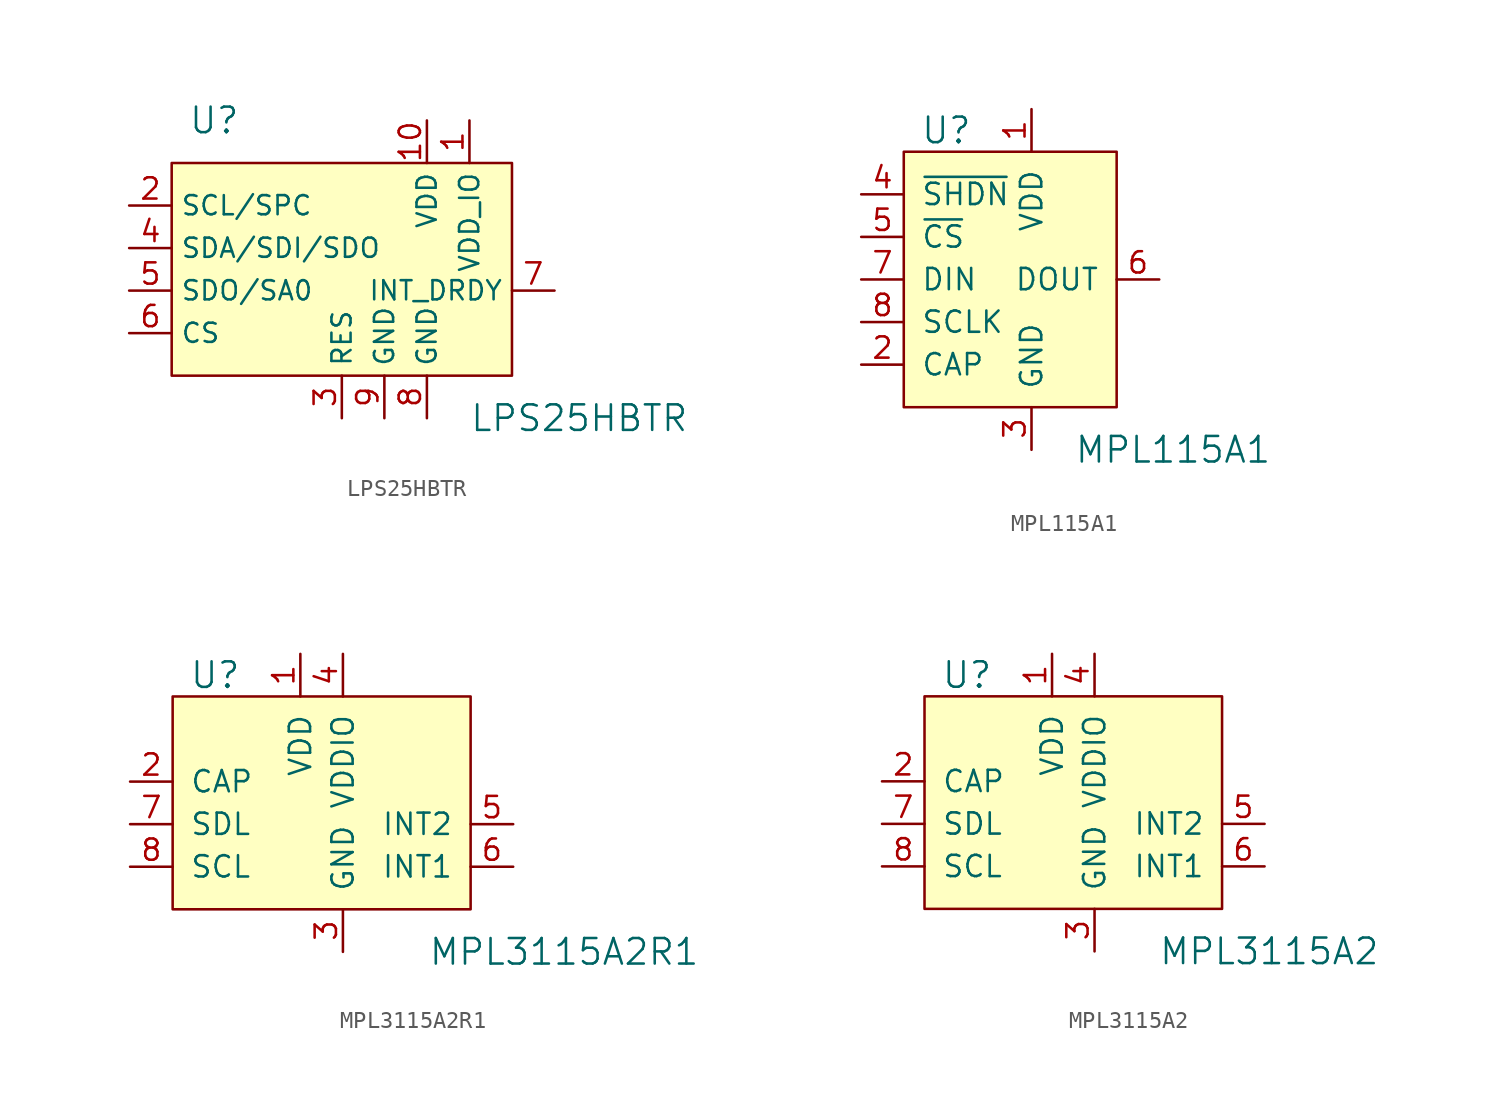
<source format=kicad_sym>
(kicad_symbol_lib
  (version 20220914)
  (generator kicad_symbol_editor)
  (symbol "LPS25HBTR"
    (property "Reference" "U"
      (at -7.62 7.62 0)
      (effects (font (size 1.524 1.524))))
    (property "Value" "LPS25HBTR"
      (at 7.62 -10.16 0)
      (effects (font (size 1.524 1.524)) (justify left)))
    (symbol "LPS25HBTR_0_1"
      (rectangle (start -10.16 5.08) (end 10.16 -7.62) (stroke (width 0) (type solid)) (fill (type background))))
    (symbol "LPS25HBTR_1_1"
      (pin power_in line (at 7.62 7.62 270) (length 2.54) (name "VDD_IO" (effects (font (size 1.143 1.143)))) (number "1" (effects (font (size 1.27 1.27)))))
      (pin power_in line (at 5.08 7.62 270) (length 2.54) (name "VDD" (effects (font (size 1.143 1.143)))) (number "10" (effects (font (size 1.27 1.27)))))
      (pin input line (at -12.7 2.54 0) (length 2.54) (name "SCL/SPC" (effects (font (size 1.143 1.143)))) (number "2" (effects (font (size 1.27 1.27)))))
      (pin passive line (at 0 -10.16 90) (length 2.54) (name "RES" (effects (font (size 1.143 1.143)))) (number "3" (effects (font (size 1.27 1.27)))))
      (pin bidirectional line (at -12.7 0 0) (length 2.54) (name "SDA/SDI/SDO" (effects (font (size 1.143 1.143)))) (number "4" (effects (font (size 1.27 1.27)))))
      (pin bidirectional line (at -12.7 -2.54 0) (length 2.54) (name "SDO/SA0" (effects (font (size 1.143 1.143)))) (number "5" (effects (font (size 1.27 1.27)))))
      (pin input line (at -12.7 -5.08 0) (length 2.54) (name "CS" (effects (font (size 1.143 1.143)))) (number "6" (effects (font (size 1.27 1.27)))))
      (pin output line (at 12.7 -2.54 180) (length 2.54) (name "INT_DRDY" (effects (font (size 1.143 1.143)))) (number "7" (effects (font (size 1.27 1.27)))))
      (pin power_in line (at 5.08 -10.16 90) (length 2.54) (name "GND" (effects (font (size 1.143 1.143)))) (number "8" (effects (font (size 1.27 1.27)))))
      (pin power_in line (at 2.54 -10.16 90) (length 2.54) (name "GND" (effects (font (size 1.143 1.143)))) (number "9" (effects (font (size 1.27 1.27)))))))
  (symbol "MPL115A1"
    (pin_names
      (offset 1.016))
    (property "Reference" "U"
      (at -5.08 8.89 0)
      (effects (font (size 1.524 1.524))))
    (property "Value" "MPL115A1"
      (at 2.54 -10.16 0)
      (effects (font (size 1.524 1.524)) (justify left)))
    (symbol "MPL115A1_0_1"
      (rectangle (start -7.62 7.62) (end 5.08 -7.62) (stroke (width 0) (type solid)) (fill (type background))))
    (symbol "MPL115A1_1_1"
      (pin power_in line (at 0 10.16 270) (length 2.54) (name "VDD" (effects (font (size 1.27 1.27)))) (number "1" (effects (font (size 1.27 1.27)))))
      (pin passive line (at -10.16 -5.08 0) (length 2.54) (name "CAP" (effects (font (size 1.27 1.27)))) (number "2" (effects (font (size 1.27 1.27)))))
      (pin power_in line (at 0 -10.16 90) (length 2.54) (name "GND" (effects (font (size 1.27 1.27)))) (number "3" (effects (font (size 1.27 1.27)))))
      (pin input line (at -10.16 5.08 0) (length 2.54) (name "~{SHDN}" (effects (font (size 1.27 1.27)))) (number "4" (effects (font (size 1.27 1.27)))))
      (pin input line (at -10.16 2.54 0) (length 2.54) (name "~{CS}" (effects (font (size 1.27 1.27)))) (number "5" (effects (font (size 1.27 1.27)))))
      (pin output line (at 7.62 0 180) (length 2.54) (name "DOUT" (effects (font (size 1.27 1.27)))) (number "6" (effects (font (size 1.27 1.27)))))
      (pin input line (at -10.16 0 0) (length 2.54) (name "DIN" (effects (font (size 1.27 1.27)))) (number "7" (effects (font (size 1.27 1.27)))))
      (pin input line (at -10.16 -2.54 0) (length 2.54) (name "SCLK" (effects (font (size 1.27 1.27)))) (number "8" (effects (font (size 1.27 1.27)))))))
  (symbol "MPL3115A2R1"
    (pin_names
      (offset 1.016))
    (property "Reference" "U"
      (at -5.08 8.89 0)
      (effects (font (size 1.524 1.524))))
    (property "Value" "MPL3115A2R1"
      (at 7.62 -7.62 0)
      (effects (font (size 1.524 1.524)) (justify left)))
    (symbol "MPL3115A2R1_0_1"
      (rectangle (start -7.62 7.62) (end 10.16 -5.08) (stroke (width 0) (type solid)) (fill (type background))))
    (symbol "MPL3115A2R1_1_1"
      (pin power_in line (at 0 10.16 270) (length 2.54) (name "VDD" (effects (font (size 1.27 1.27)))) (number "1" (effects (font (size 1.27 1.27)))))
      (pin passive line (at -10.16 2.54 0) (length 2.54) (name "CAP" (effects (font (size 1.27 1.27)))) (number "2" (effects (font (size 1.27 1.27)))))
      (pin power_in line (at 2.54 -7.62 90) (length 2.54) (name "GND" (effects (font (size 1.27 1.27)))) (number "3" (effects (font (size 1.27 1.27)))))
      (pin power_in line (at 2.54 10.16 270) (length 2.54) (name "VDDIO" (effects (font (size 1.27 1.27)))) (number "4" (effects (font (size 1.27 1.27)))))
      (pin output line (at 12.7 0 180) (length 2.54) (name "INT2" (effects (font (size 1.27 1.27)))) (number "5" (effects (font (size 1.27 1.27)))))
      (pin output line (at 12.7 -2.54 180) (length 2.54) (name "INT1" (effects (font (size 1.27 1.27)))) (number "6" (effects (font (size 1.27 1.27)))))
      (pin bidirectional line (at -10.16 0 0) (length 2.54) (name "SDL" (effects (font (size 1.27 1.27)))) (number "7" (effects (font (size 1.27 1.27)))))
      (pin input line (at -10.16 -2.54 0) (length 2.54) (name "SCL" (effects (font (size 1.27 1.27)))) (number "8" (effects (font (size 1.27 1.27)))))))
  (symbol "MPL3115A2"
    (pin_names
      (offset 1.016))
    (property "Reference" "U"
      (at -5.08 8.89 0)
      (effects (font (size 1.524 1.524))))
    (property "Value" "MPL3115A2"
      (at 6.35 -7.62 0)
      (effects (font (size 1.524 1.524)) (justify left)))
    (symbol "MPL3115A2_0_1"
      (rectangle (start -7.62 7.62) (end 10.16 -5.08) (stroke (width 0) (type solid)) (fill (type background))))
    (symbol "MPL3115A2_1_1"
      (pin power_in line (at 0 10.16 270) (length 2.54) (name "VDD" (effects (font (size 1.27 1.27)))) (number "1" (effects (font (size 1.27 1.27)))))
      (pin passive line (at -10.16 2.54 0) (length 2.54) (name "CAP" (effects (font (size 1.27 1.27)))) (number "2" (effects (font (size 1.27 1.27)))))
      (pin power_in line (at 2.54 -7.62 90) (length 2.54) (name "GND" (effects (font (size 1.27 1.27)))) (number "3" (effects (font (size 1.27 1.27)))))
      (pin power_in line (at 2.54 10.16 270) (length 2.54) (name "VDDIO" (effects (font (size 1.27 1.27)))) (number "4" (effects (font (size 1.27 1.27)))))
      (pin output line (at 12.7 0 180) (length 2.54) (name "INT2" (effects (font (size 1.27 1.27)))) (number "5" (effects (font (size 1.27 1.27)))))
      (pin output line (at 12.7 -2.54 180) (length 2.54) (name "INT1" (effects (font (size 1.27 1.27)))) (number "6" (effects (font (size 1.27 1.27)))))
      (pin bidirectional line (at -10.16 0 0) (length 2.54) (name "SDL" (effects (font (size 1.27 1.27)))) (number "7" (effects (font (size 1.27 1.27)))))
      (pin input line (at -10.16 -2.54 0) (length 2.54) (name "SCL" (effects (font (size 1.27 1.27)))) (number "8" (effects (font (size 1.27 1.27))))))))
</source>
